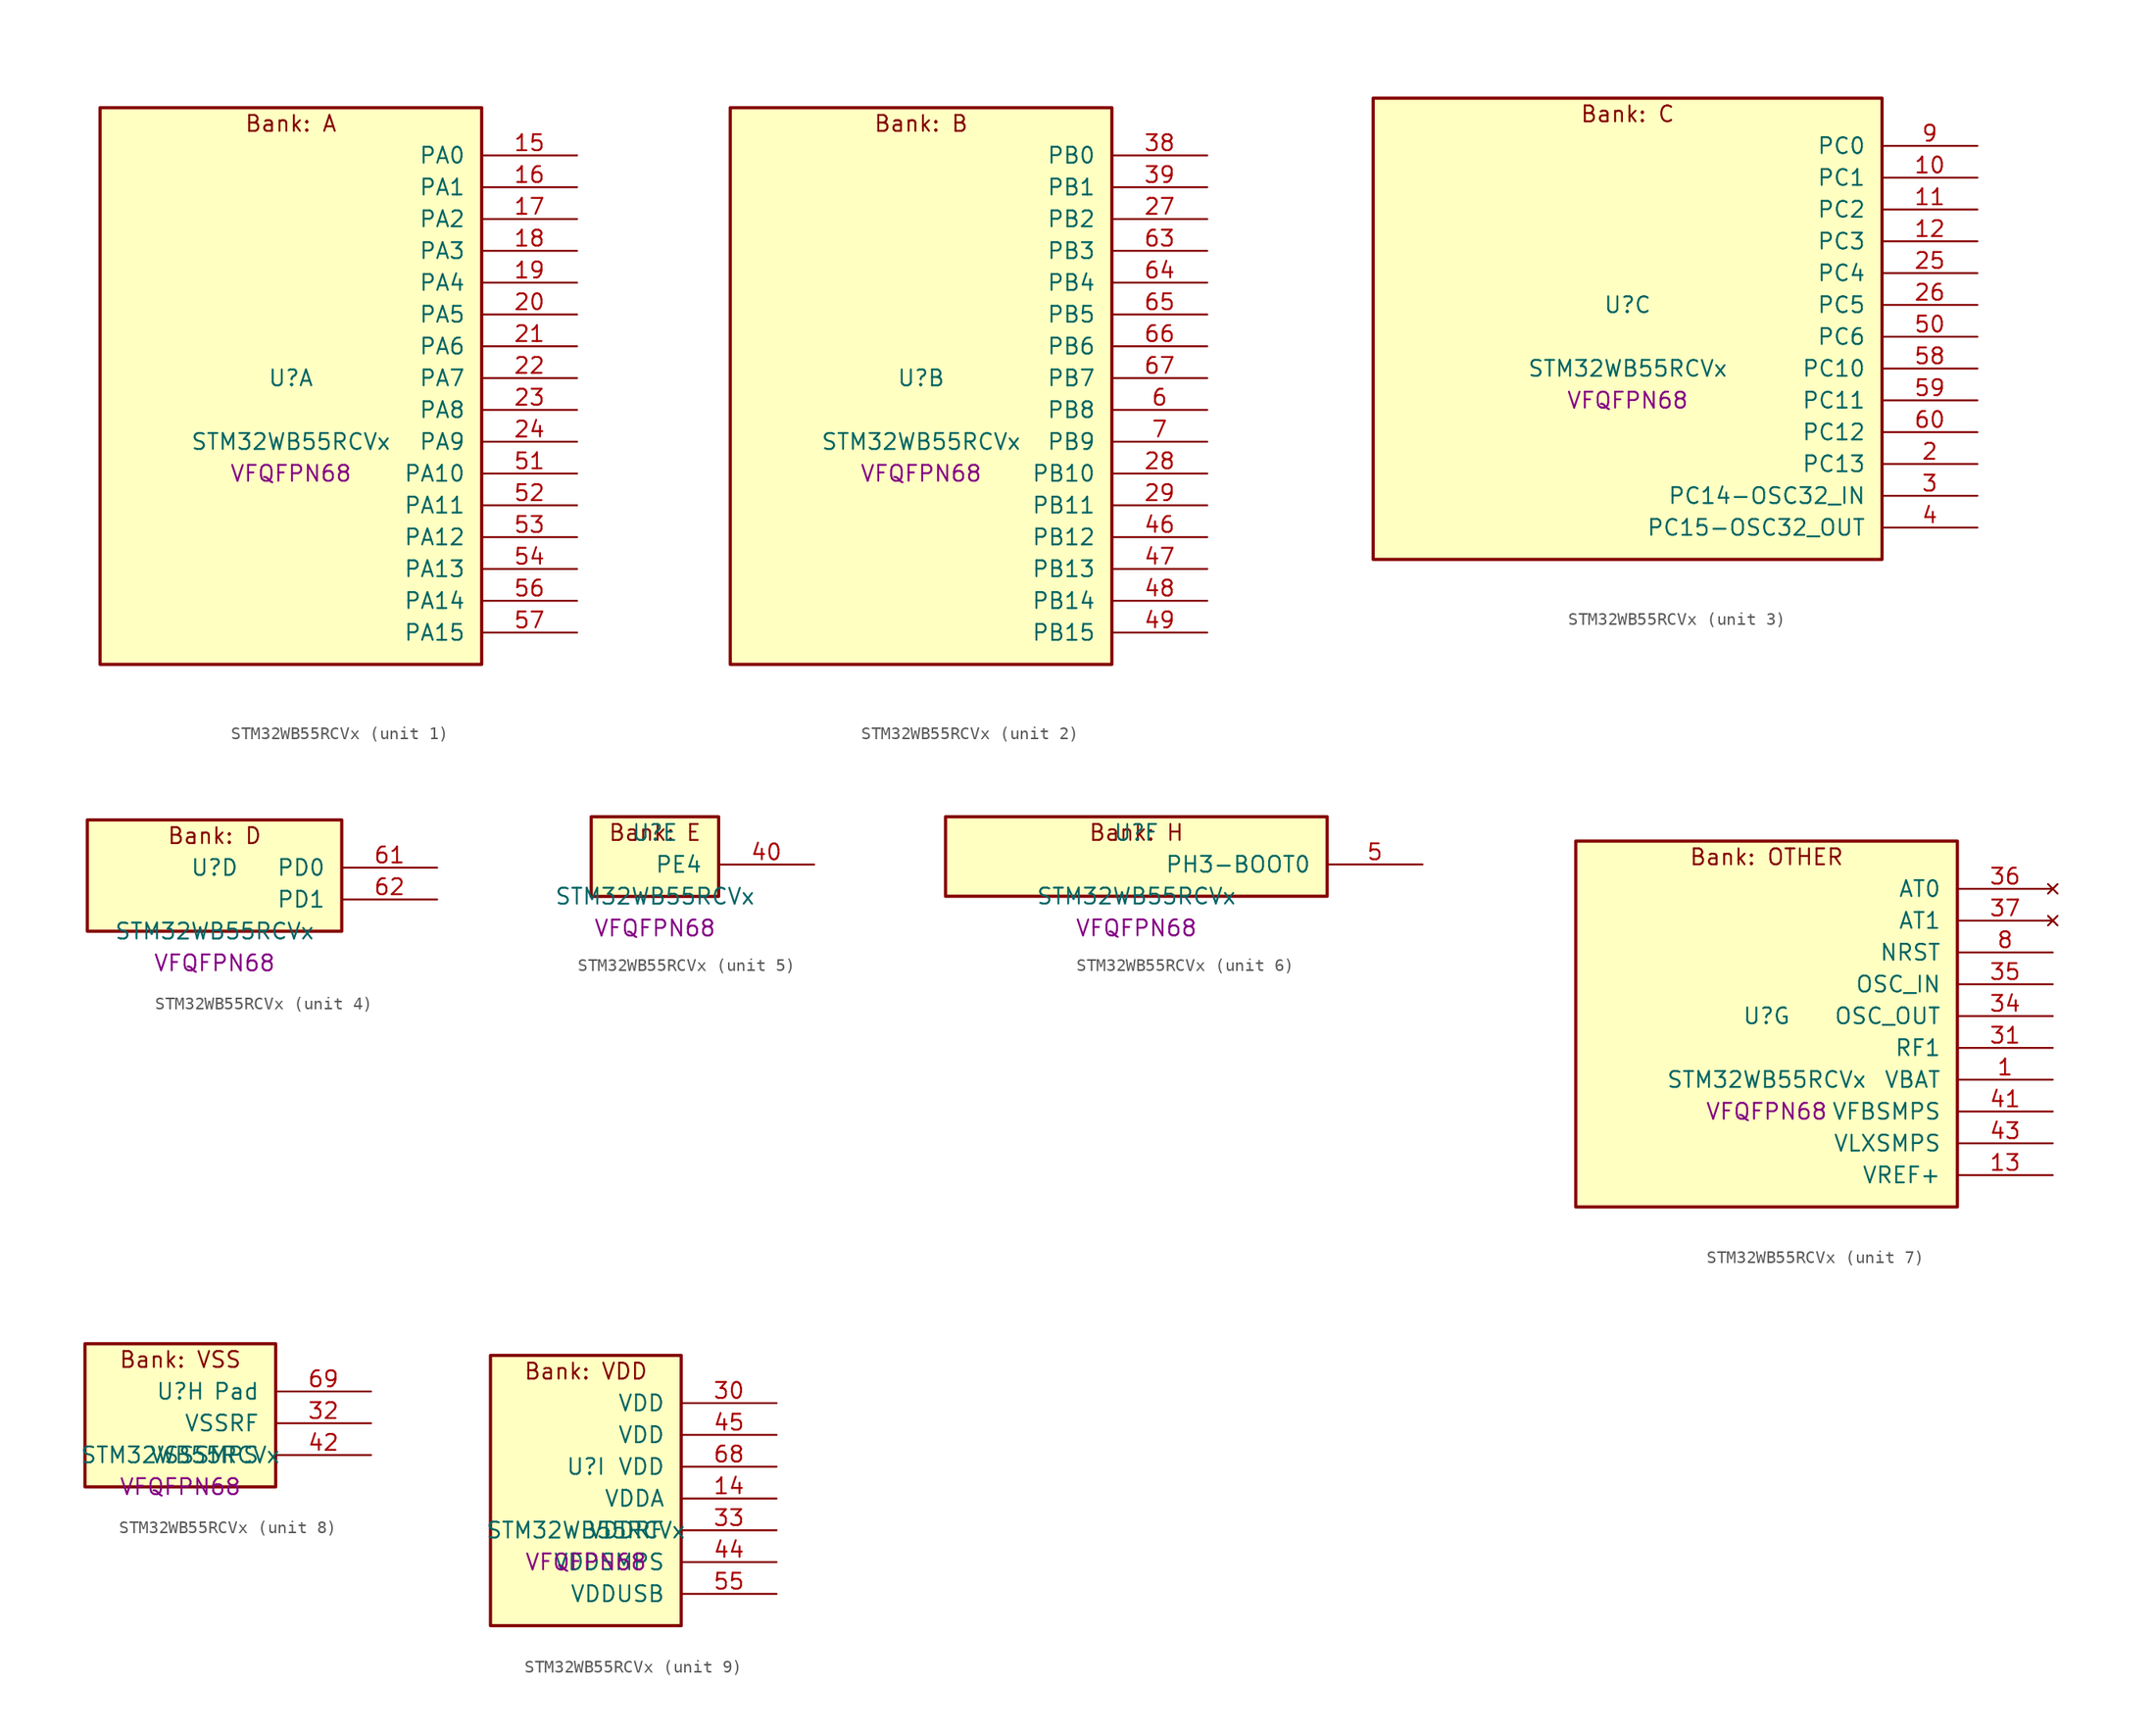
<source format=kicad_sym>
(kicad_symbol_lib
  (version 20241209)
  (generator "stm32_pkl_generator")
  (generator_version "1.0")
  (symbol "STM32WB55RCVx"
    (pin_names
      (offset 1.27))
    (property "Reference" "U"
      (at 0 2.54 0))
    (property "Value" "STM32WB55RCVx"
      (at 0 -2.54 0))
    (property "Footprint" "VFQFPN68"
      (at 0 -5.08 0))
    (symbol "STM32WB55RCVx_1_1"
      (rectangle (start -15.24 24.13) (end 15.24 -20.32) (stroke (width 0.254) (type solid)) (fill (type background)))
      (text "Bank: A" (at 0 22.86 0))
      (pin bidirectional line (at 22.86 20.32 180) (length 7.62) (name "PA0") (number "15") (alternate "PA0/ADC1_IN5" bidirectional line) (alternate "PA0/COMP1_INM" bidirectional line) (alternate "PA0/COMP1_OUT" bidirectional line) (alternate "PA0/RTC_TAMP2" bidirectional line) (alternate "PA0/SAI1_EXTCLK" bidirectional line) (alternate "PA0/SYS_WKUP1" bidirectional line) (alternate "PA0/TIM2_CH1" bidirectional line) (alternate "PA0/TIM2_ETR" bidirectional line))
      (pin bidirectional line (at 22.86 17.78 180) (length 7.62) (name "PA1") (number "16") (alternate "PA1/ADC1_IN6" bidirectional line) (alternate "PA1/COMP1_INP" bidirectional line) (alternate "PA1/I2C1_SMBA" bidirectional line) (alternate "PA1/LCD_SEG0" bidirectional line) (alternate "PA1/SPI1_SCK" bidirectional line) (alternate "PA1/TIM2_CH2" bidirectional line))
      (pin bidirectional line (at 22.86 15.24 180) (length 7.62) (name "PA2") (number "17") (alternate "PA2/ADC1_IN7" bidirectional line) (alternate "PA2/COMP2_INM" bidirectional line) (alternate "PA2/COMP2_OUT" bidirectional line) (alternate "PA2/LCD_SEG1" bidirectional line) (alternate "PA2/LPUART1_TX" bidirectional line) (alternate "PA2/QUADSPI_BK1_NCS" bidirectional line) (alternate "PA2/RCC_LSCO" bidirectional line) (alternate "PA2/SYS_WKUP4" bidirectional line) (alternate "PA2/TIM2_CH3" bidirectional line))
      (pin bidirectional line (at 22.86 12.7 180) (length 7.62) (name "PA3") (number "18") (alternate "PA3/ADC1_IN8" bidirectional line) (alternate "PA3/COMP2_INP" bidirectional line) (alternate "PA3/LCD_SEG2" bidirectional line) (alternate "PA3/LPUART1_RX" bidirectional line) (alternate "PA3/QUADSPI_CLK" bidirectional line) (alternate "PA3/SAI1_CK1" bidirectional line) (alternate "PA3/SAI1_MCLK_A" bidirectional line) (alternate "PA3/TIM2_CH4" bidirectional line))
      (pin bidirectional line (at 22.86 10.16 180) (length 7.62) (name "PA4") (number "19") (alternate "PA4/ADC1_IN9" bidirectional line) (alternate "PA4/COMP1_INM" bidirectional line) (alternate "PA4/COMP2_INM" bidirectional line) (alternate "PA4/LCD_SEG5" bidirectional line) (alternate "PA4/LPTIM2_OUT" bidirectional line) (alternate "PA4/SAI1_FS_B" bidirectional line) (alternate "PA4/SPI1_NSS" bidirectional line))
      (pin bidirectional line (at 22.86 7.62 180) (length 7.62) (name "PA5") (number "20") (alternate "PA5/ADC1_IN10" bidirectional line) (alternate "PA5/COMP1_INM" bidirectional line) (alternate "PA5/COMP2_INM" bidirectional line) (alternate "PA5/LPTIM2_ETR" bidirectional line) (alternate "PA5/SAI1_SD_B" bidirectional line) (alternate "PA5/SPI1_SCK" bidirectional line) (alternate "PA5/TIM2_CH1" bidirectional line) (alternate "PA5/TIM2_ETR" bidirectional line))
      (pin bidirectional line (at 22.86 5.08 180) (length 7.62) (name "PA6") (number "21") (alternate "PA6/ADC1_IN11" bidirectional line) (alternate "PA6/LCD_SEG3" bidirectional line) (alternate "PA6/LPUART1_CTS" bidirectional line) (alternate "PA6/QUADSPI_BK1_IO3" bidirectional line) (alternate "PA6/SPI1_MISO" bidirectional line) (alternate "PA6/TIM16_CH1" bidirectional line) (alternate "PA6/TIM1_BKIN" bidirectional line))
      (pin bidirectional line (at 22.86 2.54 180) (length 7.62) (name "PA7") (number "22") (alternate "PA7/ADC1_IN12" bidirectional line) (alternate "PA7/COMP2_OUT" bidirectional line) (alternate "PA7/I2C3_SCL" bidirectional line) (alternate "PA7/LCD_SEG4" bidirectional line) (alternate "PA7/QUADSPI_BK1_IO2" bidirectional line) (alternate "PA7/SPI1_MOSI" bidirectional line) (alternate "PA7/TIM17_CH1" bidirectional line) (alternate "PA7/TIM1_CH1N" bidirectional line))
      (pin bidirectional line (at 22.86 0 180) (length 7.62) (name "PA8") (number "23") (alternate "PA8/ADC1_IN15" bidirectional line) (alternate "PA8/LCD_COM0" bidirectional line) (alternate "PA8/LPTIM2_OUT" bidirectional line) (alternate "PA8/RCC_MCO" bidirectional line) (alternate "PA8/SAI1_CK2" bidirectional line) (alternate "PA8/SAI1_SCK_A" bidirectional line) (alternate "PA8/TIM1_CH1" bidirectional line) (alternate "PA8/USART1_CK" bidirectional line))
      (pin bidirectional line (at 22.86 -2.54 180) (length 7.62) (name "PA9") (number "24") (alternate "PA9/ADC1_IN16" bidirectional line) (alternate "PA9/COMP1_INM" bidirectional line) (alternate "PA9/I2C1_SCL" bidirectional line) (alternate "PA9/LCD_COM1" bidirectional line) (alternate "PA9/SAI1_D2" bidirectional line) (alternate "PA9/SAI1_FS_A" bidirectional line) (alternate "PA9/SPI2_SCK" bidirectional line) (alternate "PA9/TIM1_CH2" bidirectional line) (alternate "PA9/USART1_TX" bidirectional line))
      (pin bidirectional line (at 22.86 -5.08 180) (length 7.62) (name "PA10") (number "51") (alternate "PA10/CRS_SYNC" bidirectional line) (alternate "PA10/I2C1_SDA" bidirectional line) (alternate "PA10/LCD_COM2" bidirectional line) (alternate "PA10/SAI1_D1" bidirectional line) (alternate "PA10/SAI1_SD_A" bidirectional line) (alternate "PA10/TIM17_BKIN" bidirectional line) (alternate "PA10/TIM1_CH3" bidirectional line) (alternate "PA10/USART1_RX" bidirectional line))
      (pin bidirectional line (at 22.86 -7.62 180) (length 7.62) (name "PA11") (number "52") (alternate "PA11/ADC1_EXTI11" bidirectional line) (alternate "PA11/SPI1_MISO" bidirectional line) (alternate "PA11/TIM1_BKIN2" bidirectional line) (alternate "PA11/TIM1_CH4" bidirectional line) (alternate "PA11/USART1_CTS" bidirectional line) (alternate "PA11/USART1_NSS" bidirectional line) (alternate "PA11/USB_DM" bidirectional line))
      (pin bidirectional line (at 22.86 -10.16 180) (length 7.62) (name "PA12") (number "53") (alternate "PA12/LPUART1_RX" bidirectional line) (alternate "PA12/SPI1_MOSI" bidirectional line) (alternate "PA12/TIM1_ETR" bidirectional line) (alternate "PA12/USART1_DE" bidirectional line) (alternate "PA12/USART1_RTS" bidirectional line) (alternate "PA12/USB_DP" bidirectional line))
      (pin bidirectional line (at 22.86 -12.7 180) (length 7.62) (name "PA13") (number "54") (alternate "PA13/IR_OUT" bidirectional line) (alternate "PA13/SAI1_SD_B" bidirectional line) (alternate "PA13/SYS_JTMS-SWDIO" bidirectional line) (alternate "PA13/USB_NOE" bidirectional line))
      (pin bidirectional line (at 22.86 -15.24 180) (length 7.62) (name "PA14") (number "56") (alternate "PA14/I2C1_SMBA" bidirectional line) (alternate "PA14/LCD_SEG5" bidirectional line) (alternate "PA14/LPTIM1_OUT" bidirectional line) (alternate "PA14/SAI1_FS_B" bidirectional line) (alternate "PA14/SYS_JTCK-SWCLK" bidirectional line))
      (pin bidirectional line (at 22.86 -17.78 180) (length 7.62) (name "PA15") (number "57") (alternate "PA15/ADC1_EXTI15" bidirectional line) (alternate "PA15/LCD_SEG17" bidirectional line) (alternate "PA15/RCC_MCO" bidirectional line) (alternate "PA15/SPI1_NSS" bidirectional line) (alternate "PA15/SYS_JTDI" bidirectional line) (alternate "PA15/TIM2_CH1" bidirectional line) (alternate "PA15/TIM2_ETR" bidirectional line) (alternate "PA15/TSC_G3_IO1" bidirectional line)))
    (symbol "STM32WB55RCVx_2_1"
      (rectangle (start -15.24 24.13) (end 15.24 -20.32) (stroke (width 0.254) (type solid)) (fill (type background)))
      (text "Bank: B" (at 0 22.86 0))
      (pin bidirectional line (at 22.86 20.32 180) (length 7.62) (name "PB0") (number "38") (alternate "PB0/COMP1_OUT" bidirectional line) (alternate "PB0/RF_TX_MOD_EXT_PA" bidirectional line))
      (pin bidirectional line (at 22.86 17.78 180) (length 7.62) (name "PB1") (number "39") (alternate "PB1/LPTIM2_IN1" bidirectional line) (alternate "PB1/LPUART1_DE" bidirectional line) (alternate "PB1/LPUART1_RTS" bidirectional line))
      (pin bidirectional line (at 22.86 15.24 180) (length 7.62) (name "PB2") (number "27") (alternate "PB2/COMP1_INP" bidirectional line) (alternate "PB2/I2C3_SMBA" bidirectional line) (alternate "PB2/LCD_VLCD" bidirectional line) (alternate "PB2/LPTIM1_OUT" bidirectional line) (alternate "PB2/RTC_OUT2" bidirectional line) (alternate "PB2/SAI1_EXTCLK" bidirectional line) (alternate "PB2/SPI1_NSS" bidirectional line))
      (pin bidirectional line (at 22.86 12.7 180) (length 7.62) (name "PB3") (number "63") (alternate "PB3/COMP2_INM" bidirectional line) (alternate "PB3/LCD_SEG7" bidirectional line) (alternate "PB3/SAI1_SCK_B" bidirectional line) (alternate "PB3/SPI1_SCK" bidirectional line) (alternate "PB3/SYS_JTDO-SWO" bidirectional line) (alternate "PB3/TIM2_CH2" bidirectional line) (alternate "PB3/USART1_DE" bidirectional line) (alternate "PB3/USART1_RTS" bidirectional line))
      (pin bidirectional line (at 22.86 10.16 180) (length 7.62) (name "PB4") (number "64") (alternate "PB4/COMP2_INP" bidirectional line) (alternate "PB4/I2C3_SDA" bidirectional line) (alternate "PB4/LCD_SEG8" bidirectional line) (alternate "PB4/SAI1_MCLK_B" bidirectional line) (alternate "PB4/SPI1_MISO" bidirectional line) (alternate "PB4/SYS_JTRST" bidirectional line) (alternate "PB4/TIM17_BKIN" bidirectional line) (alternate "PB4/TSC_G2_IO1" bidirectional line) (alternate "PB4/USART1_CTS" bidirectional line) (alternate "PB4/USART1_NSS" bidirectional line))
      (pin bidirectional line (at 22.86 7.62 180) (length 7.62) (name "PB5") (number "65") (alternate "PB5/COMP2_OUT" bidirectional line) (alternate "PB5/I2C1_SMBA" bidirectional line) (alternate "PB5/LCD_SEG9" bidirectional line) (alternate "PB5/LPTIM1_IN1" bidirectional line) (alternate "PB5/LPUART1_TX" bidirectional line) (alternate "PB5/SAI1_SD_B" bidirectional line) (alternate "PB5/SPI1_MOSI" bidirectional line) (alternate "PB5/TIM16_BKIN" bidirectional line) (alternate "PB5/TSC_G2_IO2" bidirectional line) (alternate "PB5/USART1_CK" bidirectional line))
      (pin bidirectional line (at 22.86 5.08 180) (length 7.62) (name "PB6") (number "66") (alternate "PB6/COMP2_INP" bidirectional line) (alternate "PB6/I2C1_SCL" bidirectional line) (alternate "PB6/LCD_SEG6" bidirectional line) (alternate "PB6/LPTIM1_ETR" bidirectional line) (alternate "PB6/RCC_MCO" bidirectional line) (alternate "PB6/SAI1_FS_B" bidirectional line) (alternate "PB6/TIM16_CH1N" bidirectional line) (alternate "PB6/TSC_G2_IO3" bidirectional line) (alternate "PB6/USART1_TX" bidirectional line))
      (pin bidirectional line (at 22.86 2.54 180) (length 7.62) (name "PB7") (number "67") (alternate "PB7/COMP2_INM" bidirectional line) (alternate "PB7/I2C1_SDA" bidirectional line) (alternate "PB7/LCD_SEG21" bidirectional line) (alternate "PB7/LPTIM1_IN2" bidirectional line) (alternate "PB7/SYS_PVD_IN" bidirectional line) (alternate "PB7/TIM17_CH1N" bidirectional line) (alternate "PB7/TIM1_BKIN" bidirectional line) (alternate "PB7/TSC_G2_IO4" bidirectional line) (alternate "PB7/USART1_RX" bidirectional line))
      (pin bidirectional line (at 22.86 0 180) (length 7.62) (name "PB8") (number "6") (alternate "PB8/I2C1_SCL" bidirectional line) (alternate "PB8/LCD_SEG16" bidirectional line) (alternate "PB8/QUADSPI_BK1_IO1" bidirectional line) (alternate "PB8/SAI1_CK1" bidirectional line) (alternate "PB8/SAI1_MCLK_A" bidirectional line) (alternate "PB8/TIM16_CH1" bidirectional line) (alternate "PB8/TIM1_CH2N" bidirectional line))
      (pin bidirectional line (at 22.86 -2.54 180) (length 7.62) (name "PB9") (number "7") (alternate "PB9/I2C1_SDA" bidirectional line) (alternate "PB9/IR_OUT" bidirectional line) (alternate "PB9/LCD_COM3" bidirectional line) (alternate "PB9/QUADSPI_BK1_IO0" bidirectional line) (alternate "PB9/SAI1_D2" bidirectional line) (alternate "PB9/SAI1_FS_A" bidirectional line) (alternate "PB9/SPI2_NSS" bidirectional line) (alternate "PB9/TIM17_CH1" bidirectional line) (alternate "PB9/TIM1_CH3N" bidirectional line))
      (pin bidirectional line (at 22.86 -5.08 180) (length 7.62) (name "PB10") (number "28") (alternate "PB10/COMP1_OUT" bidirectional line) (alternate "PB10/I2C3_SCL" bidirectional line) (alternate "PB10/LCD_SEG10" bidirectional line) (alternate "PB10/LPUART1_RX" bidirectional line) (alternate "PB10/QUADSPI_CLK" bidirectional line) (alternate "PB10/SAI1_SCK_A" bidirectional line) (alternate "PB10/SPI2_SCK" bidirectional line) (alternate "PB10/TIM2_CH3" bidirectional line) (alternate "PB10/TSC_SYNC" bidirectional line))
      (pin bidirectional line (at 22.86 -7.62 180) (length 7.62) (name "PB11") (number "29") (alternate "PB11/ADC1_EXTI11" bidirectional line) (alternate "PB11/COMP2_OUT" bidirectional line) (alternate "PB11/I2C3_SDA" bidirectional line) (alternate "PB11/LCD_SEG11" bidirectional line) (alternate "PB11/LPUART1_TX" bidirectional line) (alternate "PB11/QUADSPI_BK1_NCS" bidirectional line) (alternate "PB11/TIM2_CH4" bidirectional line))
      (pin bidirectional line (at 22.86 -10.16 180) (length 7.62) (name "PB12") (number "46") (alternate "PB12/I2C3_SMBA" bidirectional line) (alternate "PB12/LCD_SEG12" bidirectional line) (alternate "PB12/LPUART1_DE" bidirectional line) (alternate "PB12/LPUART1_RTS" bidirectional line) (alternate "PB12/SAI1_FS_A" bidirectional line) (alternate "PB12/SPI2_NSS" bidirectional line) (alternate "PB12/TIM1_BKIN" bidirectional line) (alternate "PB12/TSC_G1_IO1" bidirectional line))
      (pin bidirectional line (at 22.86 -12.7 180) (length 7.62) (name "PB13") (number "47") (alternate "PB13/I2C3_SCL" bidirectional line) (alternate "PB13/LCD_SEG13" bidirectional line) (alternate "PB13/LPUART1_CTS" bidirectional line) (alternate "PB13/SAI1_SCK_A" bidirectional line) (alternate "PB13/SPI2_SCK" bidirectional line) (alternate "PB13/TIM1_CH1N" bidirectional line) (alternate "PB13/TSC_G1_IO2" bidirectional line))
      (pin bidirectional line (at 22.86 -15.24 180) (length 7.62) (name "PB14") (number "48") (alternate "PB14/I2C3_SDA" bidirectional line) (alternate "PB14/LCD_SEG14" bidirectional line) (alternate "PB14/SAI1_MCLK_A" bidirectional line) (alternate "PB14/SPI2_MISO" bidirectional line) (alternate "PB14/TIM1_CH2N" bidirectional line) (alternate "PB14/TSC_G1_IO3" bidirectional line))
      (pin bidirectional line (at 22.86 -17.78 180) (length 7.62) (name "PB15") (number "49") (alternate "PB15/ADC1_EXTI15" bidirectional line) (alternate "PB15/LCD_SEG15" bidirectional line) (alternate "PB15/RTC_REFIN" bidirectional line) (alternate "PB15/SAI1_SD_A" bidirectional line) (alternate "PB15/SPI2_MOSI" bidirectional line) (alternate "PB15/TIM1_CH3N" bidirectional line) (alternate "PB15/TSC_G1_IO4" bidirectional line)))
    (symbol "STM32WB55RCVx_3_1"
      (rectangle (start -20.32 19.05) (end 20.32 -17.78) (stroke (width 0.254) (type solid)) (fill (type background)))
      (text "Bank: C" (at 0 17.78 0))
      (pin bidirectional line (at 27.94 15.24 180) (length 7.62) (name "PC0") (number "9") (alternate "PC0/ADC1_IN1" bidirectional line) (alternate "PC0/I2C3_SCL" bidirectional line) (alternate "PC0/LCD_SEG18" bidirectional line) (alternate "PC0/LPTIM1_IN1" bidirectional line) (alternate "PC0/LPTIM2_IN1" bidirectional line) (alternate "PC0/LPUART1_RX" bidirectional line))
      (pin bidirectional line (at 27.94 12.7 180) (length 7.62) (name "PC1") (number "10") (alternate "PC1/ADC1_IN2" bidirectional line) (alternate "PC1/I2C3_SDA" bidirectional line) (alternate "PC1/LCD_SEG19" bidirectional line) (alternate "PC1/LPTIM1_OUT" bidirectional line) (alternate "PC1/LPUART1_TX" bidirectional line) (alternate "PC1/SPI2_MOSI" bidirectional line))
      (pin bidirectional line (at 27.94 10.16 180) (length 7.62) (name "PC2") (number "11") (alternate "PC2/ADC1_IN3" bidirectional line) (alternate "PC2/LCD_SEG20" bidirectional line) (alternate "PC2/LPTIM1_IN2" bidirectional line) (alternate "PC2/SPI2_MISO" bidirectional line))
      (pin bidirectional line (at 27.94 7.62 180) (length 7.62) (name "PC3") (number "12") (alternate "PC3/ADC1_IN4" bidirectional line) (alternate "PC3/LCD_VLCD" bidirectional line) (alternate "PC3/LPTIM1_ETR" bidirectional line) (alternate "PC3/LPTIM2_ETR" bidirectional line) (alternate "PC3/SAI1_D1" bidirectional line) (alternate "PC3/SAI1_SD_A" bidirectional line) (alternate "PC3/SPI2_MOSI" bidirectional line))
      (pin bidirectional line (at 27.94 5.08 180) (length 7.62) (name "PC4") (number "25") (alternate "PC4/ADC1_IN13" bidirectional line) (alternate "PC4/COMP1_INM" bidirectional line) (alternate "PC4/LCD_SEG22" bidirectional line))
      (pin bidirectional line (at 27.94 2.54 180) (length 7.62) (name "PC5") (number "26") (alternate "PC5/ADC1_IN14" bidirectional line) (alternate "PC5/COMP1_INP" bidirectional line) (alternate "PC5/LCD_SEG23" bidirectional line) (alternate "PC5/SAI1_D3" bidirectional line) (alternate "PC5/SYS_WKUP5" bidirectional line))
      (pin bidirectional line (at 27.94 0 180) (length 7.62) (name "PC6") (number "50") (alternate "PC6/LCD_SEG24" bidirectional line))
      (pin bidirectional line (at 27.94 -2.54 180) (length 7.62) (name "PC10") (number "58") (alternate "PC10/LCD_COM4" bidirectional line) (alternate "PC10/LCD_SEG28" bidirectional line) (alternate "PC10/LCD_SEG40" bidirectional line) (alternate "PC10/SYS_TRACED1" bidirectional line) (alternate "PC10/TSC_G3_IO2" bidirectional line))
      (pin bidirectional line (at 27.94 -5.08 180) (length 7.62) (name "PC11") (number "59") (alternate "PC11/ADC1_EXTI11" bidirectional line) (alternate "PC11/LCD_COM5" bidirectional line) (alternate "PC11/LCD_SEG29" bidirectional line) (alternate "PC11/LCD_SEG41" bidirectional line) (alternate "PC11/TSC_G3_IO3" bidirectional line))
      (pin bidirectional line (at 27.94 -7.62 180) (length 7.62) (name "PC12") (number "60") (alternate "PC12/LCD_COM6" bidirectional line) (alternate "PC12/LCD_SEG30" bidirectional line) (alternate "PC12/LCD_SEG42" bidirectional line) (alternate "PC12/RCC_LSCO" bidirectional line) (alternate "PC12/RTC_TAMP3" bidirectional line) (alternate "PC12/SYS_TRACED3" bidirectional line) (alternate "PC12/SYS_WKUP3" bidirectional line) (alternate "PC12/TSC_G3_IO4" bidirectional line))
      (pin bidirectional line (at 27.94 -10.16 180) (length 7.62) (name "PC13") (number "2") (alternate "PC13/RTC_OUT1" bidirectional line) (alternate "PC13/RTC_TAMP1" bidirectional line) (alternate "PC13/RTC_TS" bidirectional line) (alternate "PC13/SYS_WKUP2" bidirectional line))
      (pin bidirectional line (at 27.94 -12.7 180) (length 7.62) (name "PC14-OSC32_IN") (number "3") (alternate "PC14-OSC32_IN/RCC_OSC32_IN" bidirectional line))
      (pin bidirectional line (at 27.94 -15.24 180) (length 7.62) (name "PC15-OSC32_OUT") (number "4") (alternate "PC15-OSC32_OUT/ADC1_EXTI15" bidirectional line) (alternate "PC15-OSC32_OUT/RCC_OSC32_OUT" bidirectional line)))
    (symbol "STM32WB55RCVx_4_1"
      (rectangle (start -10.16 6.35) (end 10.16 -2.54) (stroke (width 0.254) (type solid)) (fill (type background)))
      (text "Bank: D" (at 0 5.08 0))
      (pin bidirectional line (at 17.78 2.54 180) (length 7.62) (name "PD0") (number "61") (alternate "PD0/SPI2_NSS" bidirectional line))
      (pin bidirectional line (at 17.78 0 180) (length 7.62) (name "PD1") (number "62") (alternate "PD1/SPI2_SCK" bidirectional line)))
    (symbol "STM32WB55RCVx_5_1"
      (rectangle (start -5.08 3.81) (end 5.08 -2.54) (stroke (width 0.254) (type solid)) (fill (type background)))
      (text "Bank: E" (at 0 2.54 0))
      (pin bidirectional line (at 12.7 0 180) (length 7.62) (name "PE4") (number "40")))
    (symbol "STM32WB55RCVx_6_1"
      (rectangle (start -15.24 3.81) (end 15.24 -2.54) (stroke (width 0.254) (type solid)) (fill (type background)))
      (text "Bank: H" (at 0 2.54 0))
      (pin bidirectional line (at 22.86 0 180) (length 7.62) (name "PH3-BOOT0") (number "5") (alternate "PH3-BOOT0/RCC_LSCO" bidirectional line)))
    (symbol "STM32WB55RCVx_7_1"
      (rectangle (start -15.24 16.51) (end 15.24 -12.7) (stroke (width 0.254) (type solid)) (fill (type background)))
      (text "Bank: OTHER" (at 0 15.24 0))
      (pin no_connect line (at 22.86 12.7 180) (length 7.62) (name "AT0") (number "36"))
      (pin no_connect line (at 22.86 10.16 180) (length 7.62) (name "AT1") (number "37"))
      (pin input line (at 22.86 7.62 180) (length 7.62) (name "NRST") (number "8"))
      (pin bidirectional line (at 22.86 5.08 180) (length 7.62) (name "OSC_IN") (number "35") (alternate "OSC_IN/RCC_OSC_IN" bidirectional line))
      (pin bidirectional line (at 22.86 2.54 180) (length 7.62) (name "OSC_OUT") (number "34") (alternate "OSC_OUT/RCC_OSC_OUT" bidirectional line))
      (pin bidirectional line (at 22.86 0 180) (length 7.62) (name "RF1") (number "31") (alternate "RF1/RF_RF1" bidirectional line))
      (pin power_in line (at 22.86 -2.54 180) (length 7.62) (name "VBAT") (number "1"))
      (pin power_in line (at 22.86 -5.08 180) (length 7.62) (name "VFBSMPS") (number "41"))
      (pin power_in line (at 22.86 -7.62 180) (length 7.62) (name "VLXSMPS") (number "43"))
      (pin bidirectional line (at 22.86 -10.16 180) (length 7.62) (name "VREF+") (number "13") (alternate "VREF+/VREFBUF_OUT" bidirectional line)))
    (symbol "STM32WB55RCVx_8_1"
      (rectangle (start -7.62 6.35) (end 7.62 -5.08) (stroke (width 0.254) (type solid)) (fill (type background)))
      (text "Bank: VSS" (at 0 5.08 0))
      (pin passive line (at 15.24 2.54 180) (length 7.62) (name "Pad") (number "69"))
      (pin power_in line (at 15.24 0 180) (length 7.62) (name "VSSRF") (number "32"))
      (pin power_in line (at 15.24 -2.54 180) (length 7.62) (name "VSSSMPS") (number "42")))
    (symbol "STM32WB55RCVx_9_1"
      (rectangle (start -7.62 11.43) (end 7.62 -10.16) (stroke (width 0.254) (type solid)) (fill (type background)))
      (text "Bank: VDD" (at 0 10.16 0))
      (pin power_in line (at 15.24 7.62 180) (length 7.62) (name "VDD") (number "30"))
      (pin power_in line (at 15.24 5.08 180) (length 7.62) (name "VDD") (number "45"))
      (pin power_in line (at 15.24 2.54 180) (length 7.62) (name "VDD") (number "68"))
      (pin power_in line (at 15.24 0 180) (length 7.62) (name "VDDA") (number "14"))
      (pin power_in line (at 15.24 -2.54 180) (length 7.62) (name "VDDRF") (number "33"))
      (pin power_in line (at 15.24 -5.08 180) (length 7.62) (name "VDDSMPS") (number "44"))
      (pin power_in line (at 15.24 -7.62 180) (length 7.62) (name "VDDUSB") (number "55")))))
</source>
